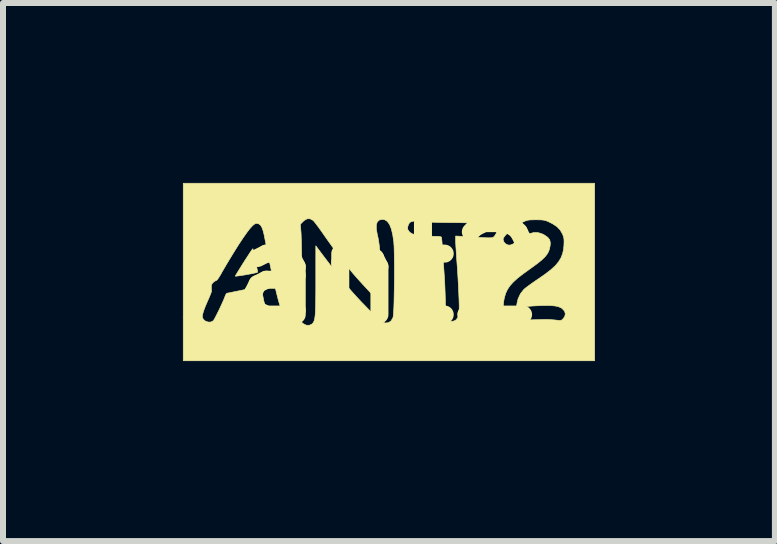
<source format=kicad_pcb>
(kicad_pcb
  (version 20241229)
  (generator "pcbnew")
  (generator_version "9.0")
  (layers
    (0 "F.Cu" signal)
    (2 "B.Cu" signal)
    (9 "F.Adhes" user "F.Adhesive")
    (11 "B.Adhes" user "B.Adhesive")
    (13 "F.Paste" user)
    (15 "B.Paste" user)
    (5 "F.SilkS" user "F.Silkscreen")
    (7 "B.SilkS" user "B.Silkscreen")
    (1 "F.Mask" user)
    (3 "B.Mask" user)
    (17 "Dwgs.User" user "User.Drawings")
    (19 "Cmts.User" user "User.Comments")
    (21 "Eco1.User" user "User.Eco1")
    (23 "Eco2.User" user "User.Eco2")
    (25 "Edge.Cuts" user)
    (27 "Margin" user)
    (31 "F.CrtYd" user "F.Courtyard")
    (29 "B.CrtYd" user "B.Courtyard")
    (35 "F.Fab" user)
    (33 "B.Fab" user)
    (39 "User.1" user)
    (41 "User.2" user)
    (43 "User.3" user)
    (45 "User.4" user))
  (footprint "ant2"
    (layer "F.Cu")
    (at 3.421 1.505)
    (property "Reference" "ant2" (at 0 0 0) (layer "F.SilkS") (effects (font (size 1.524 1.524) (thickness 0.3))))
    (attr through_hole)
    (fp_poly (pts (xy -2.249 -0.385) (xy -2.24 -0.344) (xy -2.229 -0.291) (xy -2.216 -0.23) (xy -2.204 -0.168) (xy -2.192 -0.11) (xy -2.183 -0.062) (xy -2.177 -0.029) (xy -2.176 -0.017) (xy -2.191 -0.011) (xy -2.226 -0.003) (xy -2.275 0.008) (xy -2.332 0.018) (xy -2.392 0.029) (xy -2.449 0.038) (xy -2.498 0.045) (xy -2.533 0.049) (xy -2.549 0.049) (xy -2.549 0.048) (xy -2.511 -0.016) (xy -2.468 -0.085) (xy -2.424 -0.156) (xy -2.381 -0.224) (xy -2.34 -0.286) (xy -2.306 -0.339) (xy -2.278 -0.379) (xy -2.261 -0.403) (xy -2.255 -0.408) (xy -2.249 -0.385)) (stroke (width 0.01) (type solid)) (fill yes) (layer "F.SilkS"))
    (fp_poly (pts (xy 3.443 1.46) (xy -3.416 1.46) (xy -3.416 0.727) (xy -3.098 0.727) (xy -3.098 0.733) (xy -3.08 0.771) (xy -3.045 0.799) (xy -3.001 0.814) (xy -2.956 0.814) (xy -2.919 0.795) (xy -2.914 0.791) (xy -2.9 0.769) (xy -2.878 0.729) (xy -2.85 0.674) (xy -2.819 0.612) (xy -2.788 0.546) (xy -2.759 0.482) (xy -2.735 0.427) (xy -2.719 0.385) (xy -2.705 0.353) (xy -2.694 0.336) (xy -2.692 0.335) (xy -2.678 0.332) (xy -2.642 0.325) (xy -2.589 0.314) (xy -2.524 0.301) (xy -2.451 0.286) (xy -2.376 0.27) (xy -2.303 0.254) (xy -2.236 0.24) (xy -2.181 0.228) (xy -2.148 0.221) (xy -2.135 0.22) (xy -2.125 0.227) (xy -2.117 0.247) (xy -2.108 0.283) (xy -2.097 0.342) (xy -2.096 0.345) (xy -2.072 0.465) (xy -2.043 0.572) (xy -2.011 0.662) (xy -1.977 0.733) (xy -1.943 0.782) (xy -1.926 0.796) (xy -1.881 0.814) (xy -1.834 0.811) (xy -1.793 0.789) (xy -1.764 0.753) (xy -1.755 0.711) (xy -1.76 0.681) (xy -1.772 0.634) (xy -1.79 0.578) (xy -1.801 0.546) (xy -1.816 0.5) (xy -1.835 0.432) (xy -1.857 0.345) (xy -1.882 0.242) (xy -1.909 0.127) (xy -1.937 0.005) (xy -1.964 -0.122) (xy -1.991 -0.25) (xy -2.016 -0.375) (xy -2.039 -0.494) (xy -2.05 -0.549) (xy -2.069 -0.646) (xy -2.088 -0.719) (xy -2.108 -0.771) (xy -2.131 -0.805) (xy -2.147 -0.816) (xy -1.464 -0.816) (xy -1.452 -0.673) (xy -1.45 -0.63) (xy -1.448 -0.565) (xy -1.446 -0.479) (xy -1.444 -0.376) (xy -1.442 -0.259) (xy -1.441 -0.133) (xy -1.441 0.001) (xy -1.44 0.139) (xy -1.44 0.145) (xy -1.44 0.82) (xy -1.409 0.845) (xy -1.364 0.867) (xy -1.315 0.868) (xy -1.272 0.849) (xy -1.262 0.841) (xy -1.25 0.825) (xy -1.239 0.806) (xy -1.23 0.781) (xy -1.223 0.747) (xy -1.217 0.704) (xy -1.213 0.647) (xy -1.21 0.575) (xy -1.208 0.485) (xy -1.207 0.375) (xy -1.206 0.243) (xy -1.206 0.116) (xy -1.206 -0.457) (xy -1.103 -0.319) (xy -1.008 -0.194) (xy -0.905 -0.061) (xy -0.799 0.072) (xy -0.697 0.196) (xy -0.632 0.275) (xy -0.581 0.333) (xy -0.522 0.398) (xy -0.457 0.468) (xy -0.389 0.538) (xy -0.322 0.607) (xy -0.259 0.671) (xy -0.202 0.726) (xy -0.155 0.77) (xy -0.12 0.8) (xy -0.104 0.812) (xy -0.046 0.83) (xy 0.007 0.824) (xy 0.05 0.794) (xy 0.079 0.743) (xy 0.083 0.73) (xy 0.087 0.701) (xy 0.091 0.648) (xy 0.095 0.576) (xy 0.098 0.488) (xy 0.1 0.387) (xy 0.102 0.277) (xy 0.104 0.161) (xy 0.105 0.044) (xy 0.105 -0.072) (xy 0.104 -0.183) (xy 0.103 -0.285) (xy 0.101 -0.374) (xy 0.099 -0.448) (xy 0.095 -0.503) (xy 0.095 -0.513) (xy 0.077 -0.638) (xy 0.054 -0.737) (xy 0.042 -0.767) (xy 0.324 -0.767) (xy 0.329 -0.725) (xy 0.358 -0.685) (xy 0.359 -0.684) (xy 0.402 -0.657) (xy 0.471 -0.637) (xy 0.565 -0.623) (xy 0.685 -0.617) (xy 0.744 -0.616) (xy 0.814 -0.615) (xy 0.86 -0.612) (xy 0.884 -0.605) (xy 0.89 -0.599) (xy 0.892 -0.581) (xy 0.896 -0.541) (xy 0.901 -0.483) (xy 0.906 -0.413) (xy 0.91 -0.348) (xy 0.916 -0.253) (xy 0.923 -0.149) (xy 0.93 -0.047) (xy 0.936 0.043) (xy 0.938 0.074) (xy 0.943 0.154) (xy 0.947 0.251) (xy 0.951 0.355) (xy 0.954 0.457) (xy 0.955 0.507) (xy 0.957 0.594) (xy 0.958 0.658) (xy 0.961 0.704) (xy 0.964 0.734) (xy 0.97 0.754) (xy 0.977 0.767) (xy 0.988 0.777) (xy 0.99 0.779) (xy 1.035 0.8) (xy 1.084 0.801) (xy 1.128 0.781) (xy 1.137 0.772) (xy 1.162 0.737) (xy 1.18 0.695) (xy 1.183 0.665) (xy 1.185 0.611) (xy 1.185 0.534) (xy 1.182 0.437) (xy 1.177 0.323) (xy 1.171 0.194) (xy 1.163 0.052) (xy 1.153 -0.101) (xy 1.145 -0.208) (xy 1.139 -0.295) (xy 1.134 -0.378) (xy 1.129 -0.452) (xy 1.126 -0.51) (xy 1.125 -0.547) (xy 1.125 -0.548) (xy 1.125 -0.568) (xy 1.916 -0.568) (xy 1.928 -0.524) (xy 1.959 -0.489) (xy 2.002 -0.47) (xy 2.019 -0.469) (xy 2.045 -0.472) (xy 2.076 -0.485) (xy 2.116 -0.508) (xy 2.17 -0.546) (xy 2.191 -0.561) (xy 2.281 -0.622) (xy 2.361 -0.661) (xy 2.432 -0.679) (xy 2.5 -0.677) (xy 2.568 -0.656) (xy 2.609 -0.635) (xy 2.662 -0.597) (xy 2.693 -0.558) (xy 2.704 -0.51) (xy 2.702 -0.468) (xy 2.692 -0.413) (xy 2.676 -0.363) (xy 2.649 -0.316) (xy 2.611 -0.269) (xy 2.558 -0.218) (xy 2.488 -0.162) (xy 2.398 -0.096) (xy 2.358 -0.067) (xy 2.247 0.013) (xy 2.157 0.083) (xy 2.086 0.148) (xy 2.031 0.209) (xy 1.99 0.27) (xy 1.96 0.334) (xy 1.939 0.404) (xy 1.928 0.459) (xy 1.921 0.53) (xy 1.92 0.602) (xy 1.925 0.669) (xy 1.936 0.721) (xy 1.943 0.738) (xy 1.955 0.755) (xy 1.971 0.768) (xy 1.995 0.776) (xy 2.031 0.782) (xy 2.082 0.784) (xy 2.152 0.784) (xy 2.243 0.782) (xy 2.291 0.78) (xy 2.381 0.777) (xy 2.467 0.775) (xy 2.545 0.773) (xy 2.608 0.771) (xy 2.65 0.771) (xy 2.653 0.771) (xy 2.713 0.774) (xy 2.775 0.779) (xy 2.81 0.783) (xy 2.854 0.788) (xy 2.882 0.786) (xy 2.904 0.773) (xy 2.909 0.769) (xy 2.944 0.723) (xy 2.954 0.675) (xy 2.939 0.629) (xy 2.9 0.588) (xy 2.875 0.573) (xy 2.835 0.557) (xy 2.784 0.546) (xy 2.716 0.54) (xy 2.695 0.538) (xy 2.642 0.538) (xy 2.574 0.539) (xy 2.496 0.542) (xy 2.415 0.546) (xy 2.336 0.552) (xy 2.265 0.558) (xy 2.208 0.564) (xy 2.17 0.57) (xy 2.165 0.572) (xy 2.15 0.573) (xy 2.144 0.563) (xy 2.144 0.536) (xy 2.146 0.513) (xy 2.166 0.427) (xy 2.205 0.344) (xy 2.259 0.274) (xy 2.26 0.273) (xy 2.286 0.25) (xy 2.33 0.217) (xy 2.387 0.175) (xy 2.452 0.13) (xy 2.505 0.094) (xy 2.62 0.014) (xy 2.713 -0.058) (xy 2.787 -0.125) (xy 2.842 -0.191) (xy 2.882 -0.257) (xy 2.909 -0.327) (xy 2.925 -0.403) (xy 2.931 -0.467) (xy 2.933 -0.529) (xy 2.931 -0.573) (xy 2.923 -0.61) (xy 2.909 -0.649) (xy 2.907 -0.653) (xy 2.869 -0.719) (xy 2.816 -0.775) (xy 2.742 -0.824) (xy 2.693 -0.849) (xy 2.651 -0.868) (xy 2.616 -0.88) (xy 2.578 -0.887) (xy 2.531 -0.89) (xy 2.466 -0.891) (xy 2.464 -0.891) (xy 2.4 -0.89) (xy 2.354 -0.888) (xy 2.317 -0.881) (xy 2.282 -0.869) (xy 2.239 -0.849) (xy 2.219 -0.839) (xy 2.164 -0.808) (xy 2.106 -0.768) (xy 2.049 -0.722) (xy 1.997 -0.676) (xy 1.954 -0.632) (xy 1.926 -0.594) (xy 1.916 -0.568) (xy 1.125 -0.568) (xy 1.125 -0.62) (xy 1.276 -0.612) (xy 1.399 -0.604) (xy 1.499 -0.598) (xy 1.577 -0.594) (xy 1.636 -0.591) (xy 1.68 -0.59) (xy 1.712 -0.591) (xy 1.733 -0.593) (xy 1.747 -0.597) (xy 1.757 -0.603) (xy 1.765 -0.611) (xy 1.774 -0.62) (xy 1.803 -0.666) (xy 1.808 -0.718) (xy 1.79 -0.768) (xy 1.778 -0.783) (xy 1.765 -0.796) (xy 1.75 -0.806) (xy 1.728 -0.813) (xy 1.695 -0.819) (xy 1.646 -0.823) (xy 1.576 -0.828) (xy 1.547 -0.83) (xy 1.472 -0.834) (xy 1.377 -0.838) (xy 1.27 -0.841) (xy 1.16 -0.843) (xy 1.054 -0.844) (xy 1.032 -0.844) (xy 0.933 -0.845) (xy 0.833 -0.847) (xy 0.739 -0.85) (xy 0.657 -0.854) (xy 0.593 -0.858) (xy 0.577 -0.86) (xy 0.496 -0.867) (xy 0.437 -0.869) (xy 0.396 -0.863) (xy 0.367 -0.85) (xy 0.348 -0.828) (xy 0.342 -0.818) (xy 0.324 -0.767) (xy 0.042 -0.767) (xy 0.024 -0.812) (xy -0.013 -0.863) (xy -0.057 -0.891) (xy -0.095 -0.898) (xy -0.146 -0.887) (xy -0.18 -0.857) (xy -0.197 -0.806) (xy -0.197 -0.735) (xy -0.18 -0.642) (xy -0.174 -0.619) (xy -0.16 -0.548) (xy -0.147 -0.453) (xy -0.136 -0.332) (xy -0.127 -0.186) (xy -0.12 -0.013) (xy -0.115 0.184) (xy -0.113 0.283) (xy -0.112 0.359) (xy -0.112 0.413) (xy -0.113 0.45) (xy -0.115 0.472) (xy -0.12 0.483) (xy -0.125 0.486) (xy -0.133 0.483) (xy -0.133 0.483) (xy -0.153 0.467) (xy -0.187 0.435) (xy -0.233 0.389) (xy -0.287 0.332) (xy -0.347 0.268) (xy -0.41 0.2) (xy -0.473 0.131) (xy -0.533 0.064) (xy -0.587 0.002) (xy -0.611 -0.027) (xy -0.75 -0.2) (xy -0.898 -0.396) (xy -1.051 -0.611) (xy -1.089 -0.666) (xy -1.135 -0.731) (xy -1.178 -0.79) (xy -1.215 -0.838) (xy -1.242 -0.871) (xy -1.255 -0.883) (xy -1.303 -0.908) (xy -1.351 -0.907) (xy -1.401 -0.878) (xy -1.417 -0.863) (xy -1.464 -0.816) (xy -2.147 -0.816) (xy -2.158 -0.824) (xy -2.191 -0.83) (xy -2.198 -0.831) (xy -2.225 -0.821) (xy -2.26 -0.793) (xy -2.304 -0.745) (xy -2.357 -0.676) (xy -2.421 -0.585) (xy -2.495 -0.473) (xy -2.58 -0.337) (xy -2.594 -0.314) (xy -2.641 -0.237) (xy -2.688 -0.159) (xy -2.731 -0.086) (xy -2.767 -0.024) (xy -2.786 0.011) (xy -2.814 0.058) (xy -2.839 0.096) (xy -2.857 0.117) (xy -2.863 0.12) (xy -2.883 0.129) (xy -2.911 0.149) (xy -2.914 0.151) (xy -2.936 0.175) (xy -2.947 0.206) (xy -2.948 0.25) (xy -2.945 0.298) (xy -2.949 0.317) (xy -2.963 0.354) (xy -2.983 0.403) (xy -3 0.442) (xy -3.045 0.545) (xy -3.076 0.626) (xy -3.093 0.686) (xy -3.098 0.727) (xy -3.416 0.727) (xy -3.416 -1.5) (xy 3.443 -1.5) (xy 3.443 1.46)) (stroke (width 0.01) (type solid)) (fill yes) (layer "F.SilkS")))
  (gr_rect
    (start -3 -3)
    (end 9.869 5.971)
    (stroke (width 0.1) (type default))
    (fill no)
    (layer "Edge.Cuts")))
</source>
